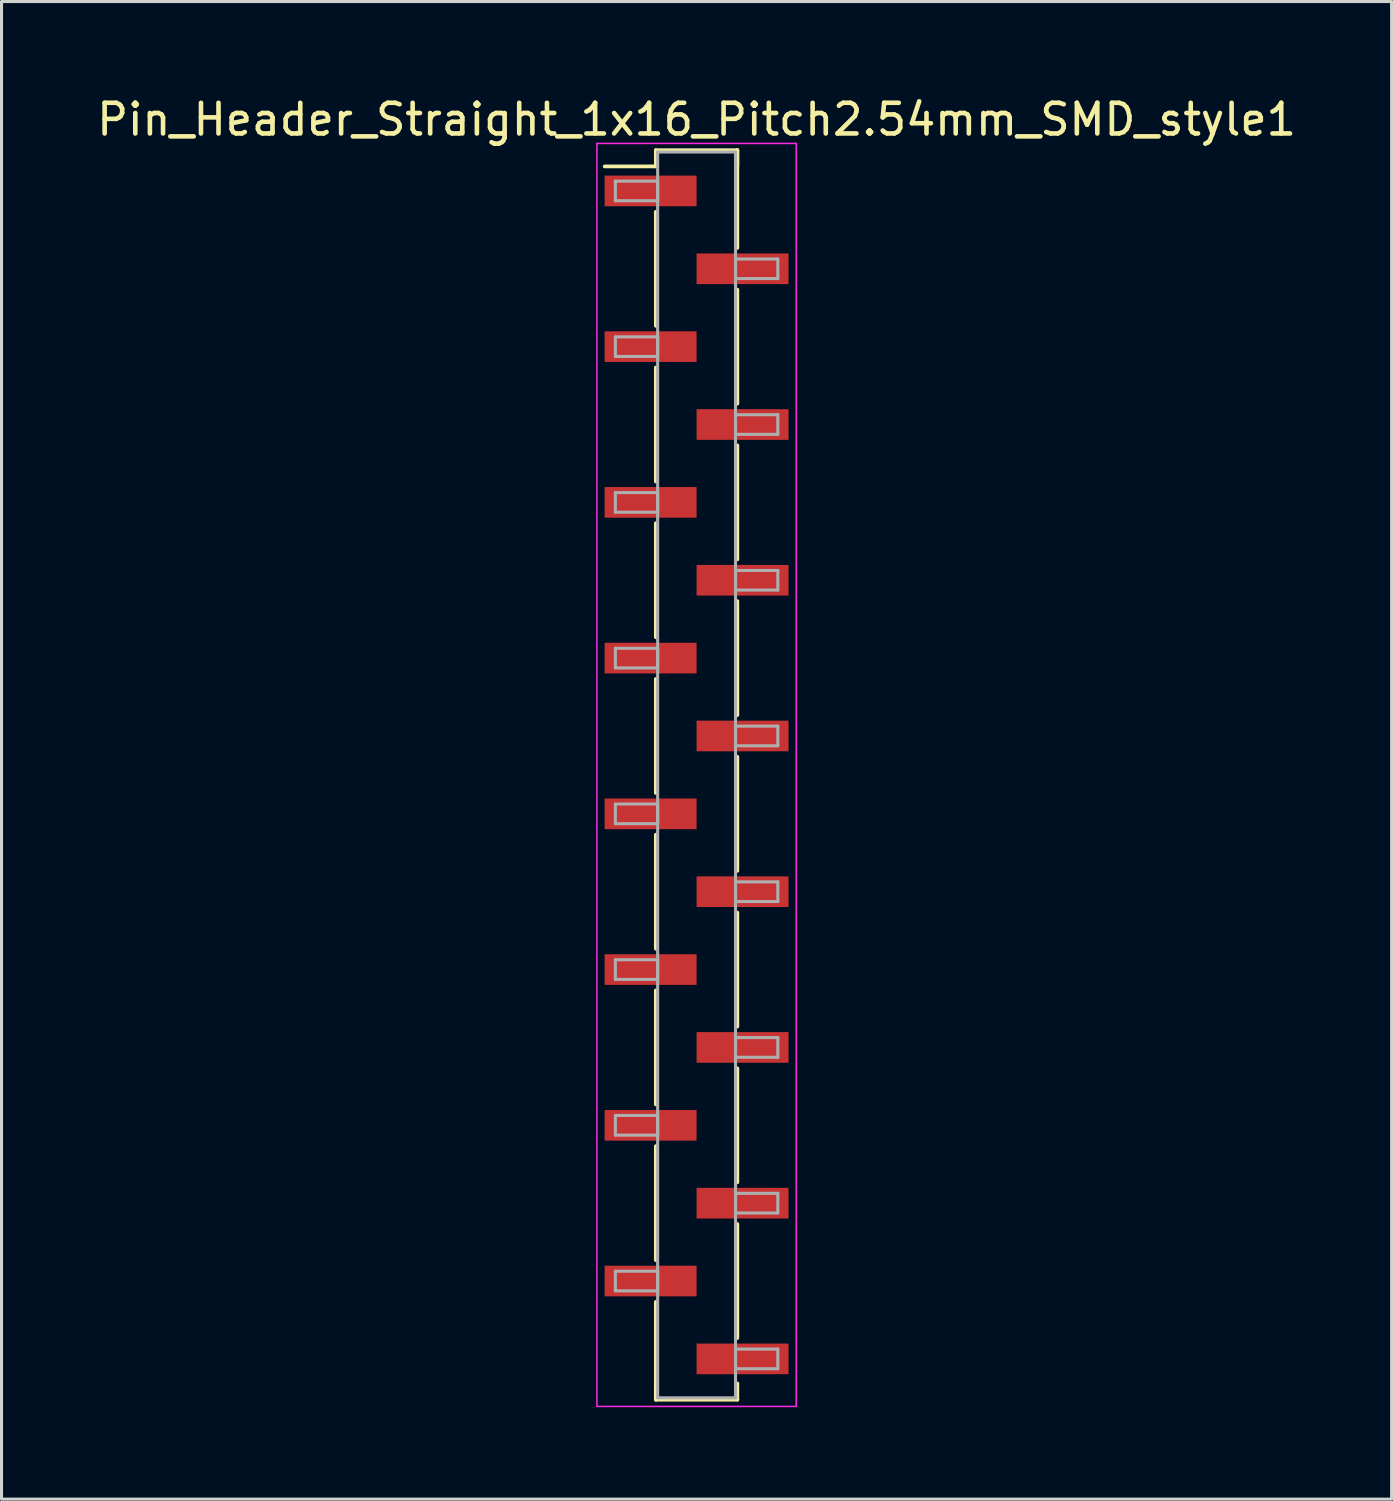
<source format=kicad_pcb>
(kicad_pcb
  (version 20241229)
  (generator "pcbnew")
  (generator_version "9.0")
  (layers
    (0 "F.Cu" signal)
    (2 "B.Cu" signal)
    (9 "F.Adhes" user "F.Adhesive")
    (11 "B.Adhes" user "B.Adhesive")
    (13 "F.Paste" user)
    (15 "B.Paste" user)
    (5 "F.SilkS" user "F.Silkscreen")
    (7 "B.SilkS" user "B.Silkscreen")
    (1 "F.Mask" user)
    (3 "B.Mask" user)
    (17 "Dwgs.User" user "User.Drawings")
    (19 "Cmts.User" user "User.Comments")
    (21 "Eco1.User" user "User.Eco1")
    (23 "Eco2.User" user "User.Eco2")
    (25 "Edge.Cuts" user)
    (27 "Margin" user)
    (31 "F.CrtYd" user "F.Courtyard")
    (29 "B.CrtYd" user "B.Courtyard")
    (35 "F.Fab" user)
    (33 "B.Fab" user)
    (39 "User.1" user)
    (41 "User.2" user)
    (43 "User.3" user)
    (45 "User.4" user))
  (footprint "Pin_Header_Straight_1x16_Pitch2.54mm_SMD_style1"
    (layer "F.Cu")
    (at 19.673 22.228)
    (property "Reference" "Pin_Header_Straight_1x16_Pitch2.54mm_SMD_style1" (at 0 -21.38 0) (layer "F.SilkS") (effects (font (size 1 1) (thickness 0.15))))
    (attr smd)
    (fp_line (start -1.33 -20.38) (end 1.33 -20.38) (stroke (width 0.12) (type solid)) (layer "F.SilkS"))
    (fp_line (start -1.33 -19.85) (end -3 -19.85) (stroke (width 0.12) (type solid)) (layer "F.SilkS"))
    (fp_line (start -1.33 -19.85) (end -1.33 -20.38) (stroke (width 0.12) (type solid)) (layer "F.SilkS"))
    (fp_line (start -1.33 -18.37) (end -1.33 -14.65) (stroke (width 0.12) (type solid)) (layer "F.SilkS"))
    (fp_line (start -1.33 -13.29) (end -1.33 -9.57) (stroke (width 0.12) (type solid)) (layer "F.SilkS"))
    (fp_line (start -1.33 -8.21) (end -1.33 -4.49) (stroke (width 0.12) (type solid)) (layer "F.SilkS"))
    (fp_line (start -1.33 -3.13) (end -1.33 0.59) (stroke (width 0.12) (type solid)) (layer "F.SilkS"))
    (fp_line (start -1.33 1.95) (end -1.33 5.67) (stroke (width 0.12) (type solid)) (layer "F.SilkS"))
    (fp_line (start -1.33 7.03) (end -1.33 10.75) (stroke (width 0.12) (type solid)) (layer "F.SilkS"))
    (fp_line (start -1.33 12.11) (end -1.33 15.83) (stroke (width 0.12) (type solid)) (layer "F.SilkS"))
    (fp_line (start -1.33 17.19) (end -1.33 20.38) (stroke (width 0.12) (type solid)) (layer "F.SilkS"))
    (fp_line (start -1.33 19.85) (end -1.33 20.38) (stroke (width 0.12) (type solid)) (layer "F.SilkS"))
    (fp_line (start -1.33 20.38) (end 1.33 20.38) (stroke (width 0.12) (type solid)) (layer "F.SilkS"))
    (fp_line (start 1.33 -20.38) (end 1.33 -19.85) (stroke (width 0.12) (type solid)) (layer "F.SilkS"))
    (fp_line (start 1.33 -20.38) (end 1.33 -17.19) (stroke (width 0.12) (type solid)) (layer "F.SilkS"))
    (fp_line (start 1.33 -15.83) (end 1.33 -12.11) (stroke (width 0.12) (type solid)) (layer "F.SilkS"))
    (fp_line (start 1.33 -10.75) (end 1.33 -7.03) (stroke (width 0.12) (type solid)) (layer "F.SilkS"))
    (fp_line (start 1.33 -5.67) (end 1.33 -1.95) (stroke (width 0.12) (type solid)) (layer "F.SilkS"))
    (fp_line (start 1.33 -0.59) (end 1.33 3.13) (stroke (width 0.12) (type solid)) (layer "F.SilkS"))
    (fp_line (start 1.33 4.49) (end 1.33 8.21) (stroke (width 0.12) (type solid)) (layer "F.SilkS"))
    (fp_line (start 1.33 9.57) (end 1.33 13.29) (stroke (width 0.12) (type solid)) (layer "F.SilkS"))
    (fp_line (start 1.33 14.65) (end 1.33 18.37) (stroke (width 0.12) (type solid)) (layer "F.SilkS"))
    (fp_line (start 1.33 20.38) (end 1.33 19.85) (stroke (width 0.12) (type solid)) (layer "F.SilkS"))
    (fp_line (start -3.25 -20.6) (end -3.25 20.6) (stroke (width 0.05) (type solid)) (layer "F.CrtYd"))
    (fp_line (start -3.25 20.6) (end 3.25 20.6) (stroke (width 0.05) (type solid)) (layer "F.CrtYd"))
    (fp_line (start 3.25 -20.6) (end -3.25 -20.6) (stroke (width 0.05) (type solid)) (layer "F.CrtYd"))
    (fp_line (start 3.25 20.6) (end 3.25 -20.6) (stroke (width 0.05) (type solid)) (layer "F.CrtYd"))
    (fp_line (start -2.65 -19.37) (end -1.27 -19.37) (stroke (width 0.1) (type solid)) (layer "F.Fab"))
    (fp_line (start -2.65 -18.73) (end -2.65 -19.37) (stroke (width 0.1) (type solid)) (layer "F.Fab"))
    (fp_line (start -2.65 -14.29) (end -1.27 -14.29) (stroke (width 0.1) (type solid)) (layer "F.Fab"))
    (fp_line (start -2.65 -13.65) (end -2.65 -14.29) (stroke (width 0.1) (type solid)) (layer "F.Fab"))
    (fp_line (start -2.65 -9.21) (end -1.27 -9.21) (stroke (width 0.1) (type solid)) (layer "F.Fab"))
    (fp_line (start -2.65 -8.57) (end -2.65 -9.21) (stroke (width 0.1) (type solid)) (layer "F.Fab"))
    (fp_line (start -2.65 -4.13) (end -1.27 -4.13) (stroke (width 0.1) (type solid)) (layer "F.Fab"))
    (fp_line (start -2.65 -3.49) (end -2.65 -4.13) (stroke (width 0.1) (type solid)) (layer "F.Fab"))
    (fp_line (start -2.65 0.95) (end -1.27 0.95) (stroke (width 0.1) (type solid)) (layer "F.Fab"))
    (fp_line (start -2.65 1.59) (end -2.65 0.95) (stroke (width 0.1) (type solid)) (layer "F.Fab"))
    (fp_line (start -2.65 6.03) (end -1.27 6.03) (stroke (width 0.1) (type solid)) (layer "F.Fab"))
    (fp_line (start -2.65 6.67) (end -2.65 6.03) (stroke (width 0.1) (type solid)) (layer "F.Fab"))
    (fp_line (start -2.65 11.11) (end -1.27 11.11) (stroke (width 0.1) (type solid)) (layer "F.Fab"))
    (fp_line (start -2.65 11.75) (end -2.65 11.11) (stroke (width 0.1) (type solid)) (layer "F.Fab"))
    (fp_line (start -2.65 16.19) (end -1.27 16.19) (stroke (width 0.1) (type solid)) (layer "F.Fab"))
    (fp_line (start -2.65 16.83) (end -2.65 16.19) (stroke (width 0.1) (type solid)) (layer "F.Fab"))
    (fp_line (start -1.27 -20.32) (end -1.27 20.32) (stroke (width 0.1) (type solid)) (layer "F.Fab"))
    (fp_line (start -1.27 -19.37) (end -1.27 -18.73) (stroke (width 0.1) (type solid)) (layer "F.Fab"))
    (fp_line (start -1.27 -18.73) (end -2.65 -18.73) (stroke (width 0.1) (type solid)) (layer "F.Fab"))
    (fp_line (start -1.27 -14.29) (end -1.27 -13.65) (stroke (width 0.1) (type solid)) (layer "F.Fab"))
    (fp_line (start -1.27 -13.65) (end -2.65 -13.65) (stroke (width 0.1) (type solid)) (layer "F.Fab"))
    (fp_line (start -1.27 -9.21) (end -1.27 -8.57) (stroke (width 0.1) (type solid)) (layer "F.Fab"))
    (fp_line (start -1.27 -8.57) (end -2.65 -8.57) (stroke (width 0.1) (type solid)) (layer "F.Fab"))
    (fp_line (start -1.27 -4.13) (end -1.27 -3.49) (stroke (width 0.1) (type solid)) (layer "F.Fab"))
    (fp_line (start -1.27 -3.49) (end -2.65 -3.49) (stroke (width 0.1) (type solid)) (layer "F.Fab"))
    (fp_line (start -1.27 0.95) (end -1.27 1.59) (stroke (width 0.1) (type solid)) (layer "F.Fab"))
    (fp_line (start -1.27 1.59) (end -2.65 1.59) (stroke (width 0.1) (type solid)) (layer "F.Fab"))
    (fp_line (start -1.27 6.03) (end -1.27 6.67) (stroke (width 0.1) (type solid)) (layer "F.Fab"))
    (fp_line (start -1.27 6.67) (end -2.65 6.67) (stroke (width 0.1) (type solid)) (layer "F.Fab"))
    (fp_line (start -1.27 11.11) (end -1.27 11.75) (stroke (width 0.1) (type solid)) (layer "F.Fab"))
    (fp_line (start -1.27 11.75) (end -2.65 11.75) (stroke (width 0.1) (type solid)) (layer "F.Fab"))
    (fp_line (start -1.27 16.19) (end -1.27 16.83) (stroke (width 0.1) (type solid)) (layer "F.Fab"))
    (fp_line (start -1.27 16.83) (end -2.65 16.83) (stroke (width 0.1) (type solid)) (layer "F.Fab"))
    (fp_line (start -1.27 20.32) (end 1.27 20.32) (stroke (width 0.1) (type solid)) (layer "F.Fab"))
    (fp_line (start 1.27 -20.32) (end -1.27 -20.32) (stroke (width 0.1) (type solid)) (layer "F.Fab"))
    (fp_line (start 1.27 -16.83) (end 1.27 -16.19) (stroke (width 0.1) (type solid)) (layer "F.Fab"))
    (fp_line (start 1.27 -16.19) (end 2.65 -16.19) (stroke (width 0.1) (type solid)) (layer "F.Fab"))
    (fp_line (start 1.27 -11.75) (end 1.27 -11.11) (stroke (width 0.1) (type solid)) (layer "F.Fab"))
    (fp_line (start 1.27 -11.11) (end 2.65 -11.11) (stroke (width 0.1) (type solid)) (layer "F.Fab"))
    (fp_line (start 1.27 -6.67) (end 1.27 -6.03) (stroke (width 0.1) (type solid)) (layer "F.Fab"))
    (fp_line (start 1.27 -6.03) (end 2.65 -6.03) (stroke (width 0.1) (type solid)) (layer "F.Fab"))
    (fp_line (start 1.27 -1.59) (end 1.27 -0.95) (stroke (width 0.1) (type solid)) (layer "F.Fab"))
    (fp_line (start 1.27 -0.95) (end 2.65 -0.95) (stroke (width 0.1) (type solid)) (layer "F.Fab"))
    (fp_line (start 1.27 3.49) (end 1.27 4.13) (stroke (width 0.1) (type solid)) (layer "F.Fab"))
    (fp_line (start 1.27 4.13) (end 2.65 4.13) (stroke (width 0.1) (type solid)) (layer "F.Fab"))
    (fp_line (start 1.27 8.57) (end 1.27 9.21) (stroke (width 0.1) (type solid)) (layer "F.Fab"))
    (fp_line (start 1.27 9.21) (end 2.65 9.21) (stroke (width 0.1) (type solid)) (layer "F.Fab"))
    (fp_line (start 1.27 13.65) (end 1.27 14.29) (stroke (width 0.1) (type solid)) (layer "F.Fab"))
    (fp_line (start 1.27 14.29) (end 2.65 14.29) (stroke (width 0.1) (type solid)) (layer "F.Fab"))
    (fp_line (start 1.27 18.73) (end 1.27 19.37) (stroke (width 0.1) (type solid)) (layer "F.Fab"))
    (fp_line (start 1.27 19.37) (end 2.65 19.37) (stroke (width 0.1) (type solid)) (layer "F.Fab"))
    (fp_line (start 1.27 20.32) (end 1.27 -20.32) (stroke (width 0.1) (type solid)) (layer "F.Fab"))
    (fp_line (start 2.65 -16.83) (end 1.27 -16.83) (stroke (width 0.1) (type solid)) (layer "F.Fab"))
    (fp_line (start 2.65 -16.19) (end 2.65 -16.83) (stroke (width 0.1) (type solid)) (layer "F.Fab"))
    (fp_line (start 2.65 -11.75) (end 1.27 -11.75) (stroke (width 0.1) (type solid)) (layer "F.Fab"))
    (fp_line (start 2.65 -11.11) (end 2.65 -11.75) (stroke (width 0.1) (type solid)) (layer "F.Fab"))
    (fp_line (start 2.65 -6.67) (end 1.27 -6.67) (stroke (width 0.1) (type solid)) (layer "F.Fab"))
    (fp_line (start 2.65 -6.03) (end 2.65 -6.67) (stroke (width 0.1) (type solid)) (layer "F.Fab"))
    (fp_line (start 2.65 -1.59) (end 1.27 -1.59) (stroke (width 0.1) (type solid)) (layer "F.Fab"))
    (fp_line (start 2.65 -0.95) (end 2.65 -1.59) (stroke (width 0.1) (type solid)) (layer "F.Fab"))
    (fp_line (start 2.65 3.49) (end 1.27 3.49) (stroke (width 0.1) (type solid)) (layer "F.Fab"))
    (fp_line (start 2.65 4.13) (end 2.65 3.49) (stroke (width 0.1) (type solid)) (layer "F.Fab"))
    (fp_line (start 2.65 8.57) (end 1.27 8.57) (stroke (width 0.1) (type solid)) (layer "F.Fab"))
    (fp_line (start 2.65 9.21) (end 2.65 8.57) (stroke (width 0.1) (type solid)) (layer "F.Fab"))
    (fp_line (start 2.65 13.65) (end 1.27 13.65) (stroke (width 0.1) (type solid)) (layer "F.Fab"))
    (fp_line (start 2.65 14.29) (end 2.65 13.65) (stroke (width 0.1) (type solid)) (layer "F.Fab"))
    (fp_line (start 2.65 18.73) (end 1.27 18.73) (stroke (width 0.1) (type solid)) (layer "F.Fab"))
    (fp_line (start 2.65 19.37) (end 2.65 18.73) (stroke (width 0.1) (type solid)) (layer "F.Fab"))
    (pad "1" smd rect (at -1.5 -19.05) (size 3 1) (layers "F.Cu" "F.Mask"))
    (pad "2" smd rect (at 1.5 -16.51) (size 3 1) (layers "F.Cu" "F.Mask"))
    (pad "3" smd rect (at -1.5 -13.97) (size 3 1) (layers "F.Cu" "F.Mask"))
    (pad "4" smd rect (at 1.5 -11.43) (size 3 1) (layers "F.Cu" "F.Mask"))
    (pad "5" smd rect (at -1.5 -8.89) (size 3 1) (layers "F.Cu" "F.Mask"))
    (pad "6" smd rect (at 1.5 -6.35) (size 3 1) (layers "F.Cu" "F.Mask"))
    (pad "7" smd rect (at -1.5 -3.81) (size 3 1) (layers "F.Cu" "F.Mask"))
    (pad "8" smd rect (at 1.5 -1.27) (size 3 1) (layers "F.Cu" "F.Mask"))
    (pad "9" smd rect (at -1.5 1.27) (size 3 1) (layers "F.Cu" "F.Mask"))
    (pad "10" smd rect (at 1.5 3.81) (size 3 1) (layers "F.Cu" "F.Mask"))
    (pad "11" smd rect (at -1.5 6.35) (size 3 1) (layers "F.Cu" "F.Mask"))
    (pad "12" smd rect (at 1.5 8.89) (size 3 1) (layers "F.Cu" "F.Mask"))
    (pad "13" smd rect (at -1.5 11.43) (size 3 1) (layers "F.Cu" "F.Mask"))
    (pad "14" smd rect (at 1.5 13.97) (size 3 1) (layers "F.Cu" "F.Mask"))
    (pad "15" smd rect (at -1.5 16.51) (size 3 1) (layers "F.Cu" "F.Mask"))
    (pad "16" smd rect (at 1.5 19.05) (size 3 1) (layers "F.Cu" "F.Mask")))
  (gr_rect
    (start -3 -3)
    (end 42.345 45.853)
    (stroke (width 0.1) (type default))
    (fill no)
    (layer "Edge.Cuts")))
</source>
